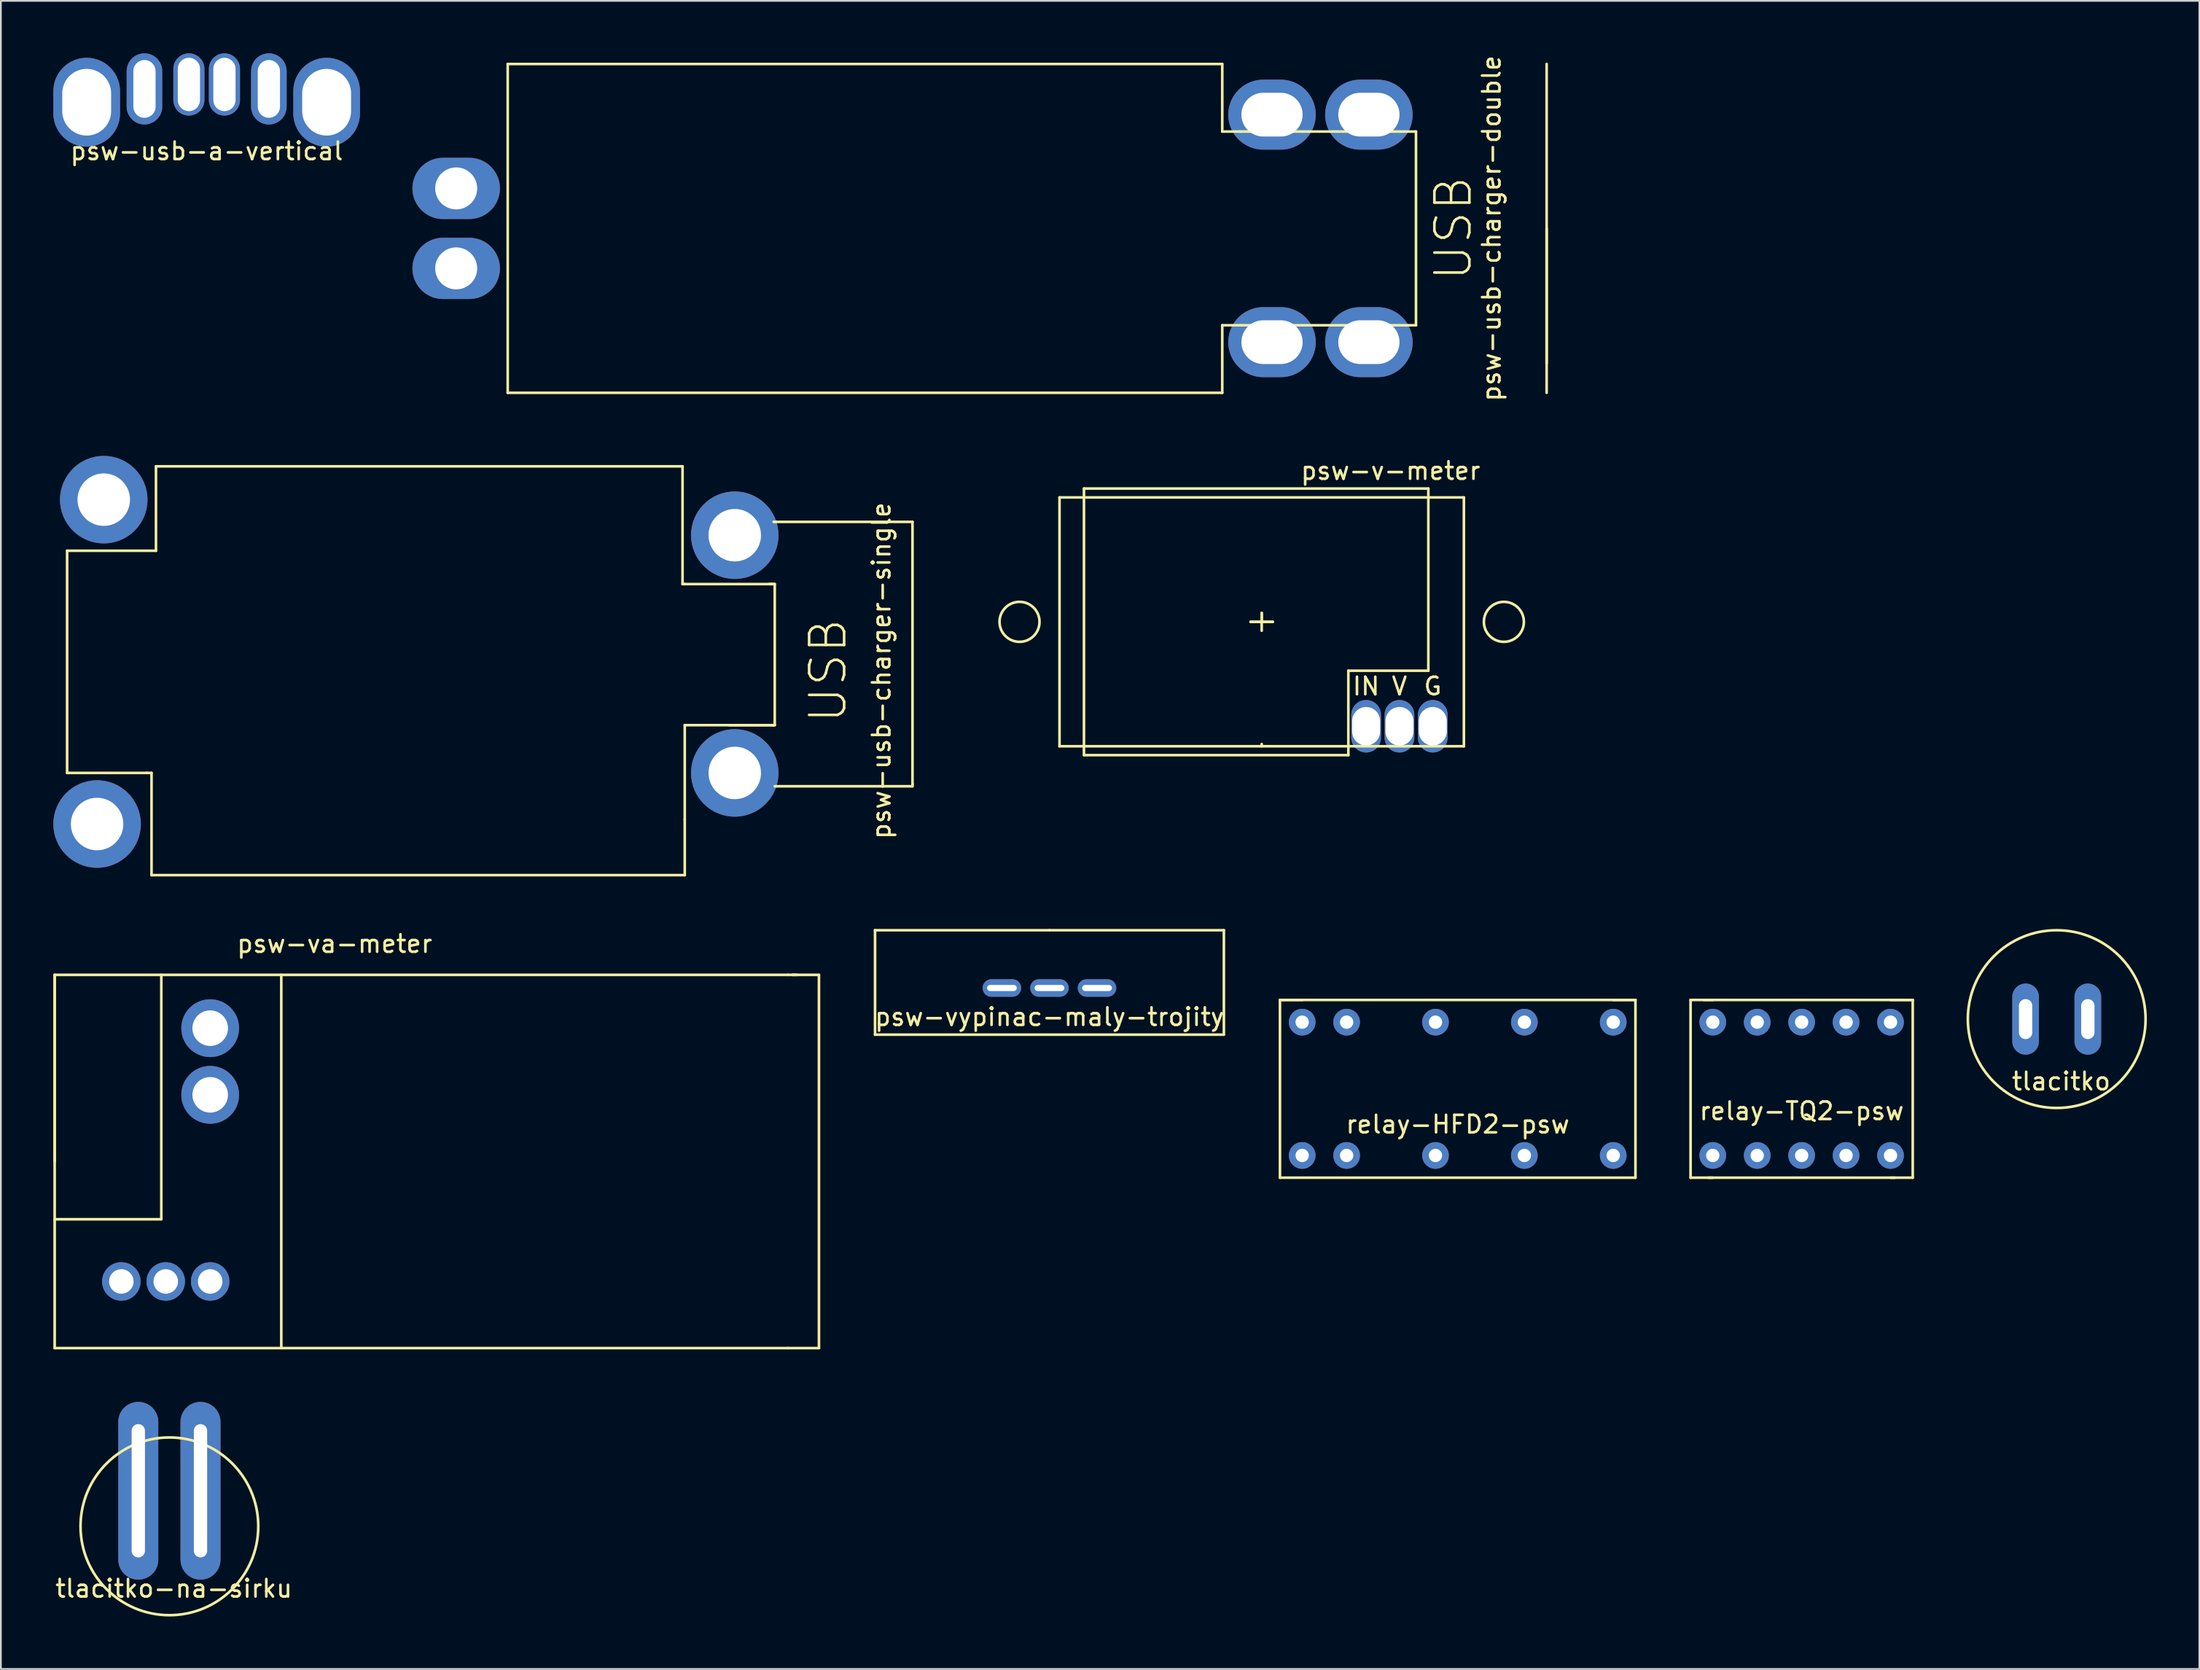
<source format=kicad_pcb>
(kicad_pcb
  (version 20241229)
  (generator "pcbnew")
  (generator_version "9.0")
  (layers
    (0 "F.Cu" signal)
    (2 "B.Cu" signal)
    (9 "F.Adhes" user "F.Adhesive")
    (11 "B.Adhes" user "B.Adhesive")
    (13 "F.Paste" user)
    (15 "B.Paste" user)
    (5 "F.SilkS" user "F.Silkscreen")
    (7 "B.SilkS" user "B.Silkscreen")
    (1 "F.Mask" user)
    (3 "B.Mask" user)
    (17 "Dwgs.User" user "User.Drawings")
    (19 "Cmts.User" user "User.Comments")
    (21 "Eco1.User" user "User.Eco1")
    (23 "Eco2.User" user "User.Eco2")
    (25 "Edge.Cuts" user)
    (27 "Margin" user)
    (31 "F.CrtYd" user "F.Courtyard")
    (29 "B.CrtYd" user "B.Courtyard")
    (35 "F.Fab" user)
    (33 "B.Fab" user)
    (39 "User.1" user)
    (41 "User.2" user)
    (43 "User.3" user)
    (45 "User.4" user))
  (footprint "psw-usb-charger-single"
    (layer "F.Cu")
    (at 24.916 35.291)
    (property "Reference" "psw-usb-charger-single" (at 22.416 0 90) (layer "F.SilkS") (effects (font (size 1 1) (thickness 0.15))))
    (attr through_hole)
    (fp_line (start -24.13 -6.858) (end -24.13 5.842) (stroke (width 0.15) (type solid)) (layer "F.SilkS"))
    (fp_line (start -24.13 -6.858) (end -19.05 -6.858) (stroke (width 0.15) (type solid)) (layer "F.SilkS"))
    (fp_line (start -24.13 5.842) (end -19.558 5.842) (stroke (width 0.15) (type solid)) (layer "F.SilkS"))
    (fp_line (start -19.558 5.842) (end -19.304 5.842) (stroke (width 0.15) (type solid)) (layer "F.SilkS"))
    (fp_line (start -19.304 5.842) (end -19.304 11.684) (stroke (width 0.15) (type solid)) (layer "F.SilkS"))
    (fp_line (start -19.304 11.684) (end 11.176 11.684) (stroke (width 0.15) (type solid)) (layer "F.SilkS"))
    (fp_line (start -19.05 -6.858) (end -19.05 -11.684) (stroke (width 0.15) (type solid)) (layer "F.SilkS"))
    (fp_line (start 11.049 -11.684) (end -19.05 -11.684) (stroke (width 0.15) (type solid)) (layer "F.SilkS"))
    (fp_line (start 11.049 -4.953) (end 11.049 -11.684) (stroke (width 0.15) (type solid)) (layer "F.SilkS"))
    (fp_line (start 11.176 -4.953) (end 11.049 -4.953) (stroke (width 0.15) (type solid)) (layer "F.SilkS"))
    (fp_line (start 11.176 3.111) (end 11.176 8.509) (stroke (width 0.15) (type solid)) (layer "F.SilkS"))
    (fp_line (start 11.176 8.509) (end 11.176 11.684) (stroke (width 0.15) (type solid)) (layer "F.SilkS"))
    (fp_line (start 13.716 3.111) (end 16.256 3.111) (stroke (width 0.15) (type solid)) (layer "F.SilkS"))
    (fp_line (start 16.256 -8.509) (end 16.383 -8.509) (stroke (width 0.15) (type solid)) (layer "F.SilkS"))
    (fp_line (start 16.256 -4.953) (end 11.176 -4.953) (stroke (width 0.15) (type solid)) (layer "F.SilkS"))
    (fp_line (start 16.256 3.111) (end 11.176 3.111) (stroke (width 0.15) (type solid)) (layer "F.SilkS"))
    (fp_line (start 16.32 -8.509) (end 24.194 -8.509) (stroke (width 0.15) (type solid)) (layer "F.SilkS"))
    (fp_line (start 16.32 -4.953) (end 16.002 -4.953) (stroke (width 0.15) (type solid)) (layer "F.SilkS"))
    (fp_line (start 16.32 3.111) (end 16.129 3.111) (stroke (width 0.15) (type solid)) (layer "F.SilkS"))
    (fp_line (start 16.32 3.111) (end 16.32 -4.953) (stroke (width 0.15) (type solid)) (layer "F.SilkS"))
    (fp_line (start 24.194 -8.509) (end 24.194 6.477) (stroke (width 0.15) (type solid)) (layer "F.SilkS"))
    (fp_line (start 24.194 6.477) (end 24.194 6.604) (stroke (width 0.15) (type solid)) (layer "F.SilkS"))
    (fp_line (start 24.194 6.604) (end 16.32 6.604) (stroke (width 0.15) (type solid)) (layer "F.SilkS"))
    (fp_text user "USB" (at 19.367 0 90) (layer "F.SilkS") (effects (font (size 2 2) (thickness 0.15))))
    (pad "1" thru_hole circle (at -22.416 8.763) (size 5 5) (drill 3) (layers "*.Cu" "*.Mask"))
    (pad "1" thru_hole circle (at 14.034 -7.747) (size 5 5) (drill 3) (layers "*.Cu" "*.Mask"))
    (pad "1" thru_hole circle (at 14.034 5.842) (size 5 5) (drill 3) (layers "*.Cu" "*.Mask"))
    (pad "2" thru_hole circle (at -22.035 -9.779) (size 5 5) (drill 3) (layers "*.Cu" "*.Mask")))
  (footprint "psw-va-meter"
    (layer "F.Cu")
    (at 21.919 63.344)
    (property "Reference" "psw-va-meter" (at -5.842 -12.446 0) (layer "F.SilkS") (effects (font (size 1 1) (thickness 0.15))))
    (attr through_hole)
    (fp_line (start -21.844 -10.668) (end -21.844 10.668) (stroke (width 0.15) (type solid)) (layer "F.SilkS"))
    (fp_line (start -21.844 0) (end -21.844 -10.668) (stroke (width 0.15) (type solid)) (layer "F.SilkS"))
    (fp_line (start -21.844 10.668) (end 20.066 10.668) (stroke (width 0.15) (type solid)) (layer "F.SilkS"))
    (fp_line (start -15.748 -10.668) (end -15.748 3.302) (stroke (width 0.15) (type solid)) (layer "F.SilkS"))
    (fp_line (start -15.748 3.302) (end -21.844 3.302) (stroke (width 0.15) (type solid)) (layer "F.SilkS"))
    (fp_line (start -8.89 -10.668) (end -8.89 10.668) (stroke (width 0.15) (type solid)) (layer "F.SilkS"))
    (fp_line (start 20.066 -10.668) (end -21.844 -10.668) (stroke (width 0.15) (type solid)) (layer "F.SilkS"))
    (fp_line (start 20.066 -10.668) (end 20.574 -10.668) (stroke (width 0.15) (type solid)) (layer "F.SilkS"))
    (fp_line (start 20.066 10.668) (end 21.844 10.668) (stroke (width 0.15) (type solid)) (layer "F.SilkS"))
    (fp_line (start 20.32 -10.668) (end 21.844 -10.668) (stroke (width 0.15) (type solid)) (layer "F.SilkS"))
    (fp_line (start 21.844 10.668) (end 21.844 -10.668) (stroke (width 0.15) (type solid)) (layer "F.SilkS"))
    (pad "1" thru_hole circle (at -18.034 6.858) (size 2.2 2.2) (drill 1.4) (layers "*.Cu" "*.Mask"))
    (pad "2" thru_hole circle (at -15.494 6.858) (size 2.2 2.2) (drill 1.4) (layers "*.Cu" "*.Mask"))
    (pad "3" thru_hole circle (at -12.954 6.858) (size 2.2 2.2) (drill 1.4) (layers "*.Cu" "*.Mask"))
    (pad "4" thru_hole circle (at -12.954 -7.62) (size 3.302 3.302) (drill 2.032) (layers "*.Cu" "*.Mask"))
    (pad "5" thru_hole circle (at -12.954 -3.81) (size 3.302 3.302) (drill 2.032) (layers "*.Cu" "*.Mask")))
  (footprint "relay-TQ2-psw"
    (layer "F.Cu")
    (at 99.935 50.3)
    (property "Reference" "relay-TQ2-psw" (at 0 10.16 0) (layer "F.SilkS") (effects (font (size 1 1) (thickness 0.15))))
    (attr through_hole)
    (fp_line (start -6.35 13.97) (end -6.35 3.81) (stroke (width 0.15) (type solid)) (layer "F.SilkS"))
    (fp_line (start -5.334 13.97) (end 5.334 13.97) (stroke (width 0.15) (type solid)) (layer "F.SilkS"))
    (fp_line (start -5.08 3.81) (end -6.35 3.81) (stroke (width 0.15) (type solid)) (layer "F.SilkS"))
    (fp_line (start -5.08 13.97) (end -6.35 13.97) (stroke (width 0.15) (type solid)) (layer "F.SilkS"))
    (fp_line (start 5.08 3.81) (end 6.35 3.81) (stroke (width 0.15) (type solid)) (layer "F.SilkS"))
    (fp_line (start 5.08 13.97) (end 6.35 13.97) (stroke (width 0.15) (type solid)) (layer "F.SilkS"))
    (fp_line (start 6.35 3.81) (end -5.588 3.81) (stroke (width 0.15) (type solid)) (layer "F.SilkS"))
    (fp_line (start 6.35 13.97) (end 6.35 3.81) (stroke (width 0.15) (type solid)) (layer "F.SilkS"))
    (pad "1" thru_hole circle (at -5.08 5.08) (size 1.524 1.524) (drill 0.762) (layers "*.Cu" "*.Mask"))
    (pad "2" thru_hole circle (at -2.54 5.08) (size 1.524 1.524) (drill 0.762) (layers "*.Cu" "*.Mask"))
    (pad "3" thru_hole circle (at 0 5.08) (size 1.524 1.524) (drill 0.762) (layers "*.Cu" "*.Mask"))
    (pad "4" thru_hole circle (at 2.54 5.08) (size 1.524 1.524) (drill 0.762) (layers "*.Cu" "*.Mask"))
    (pad "5" thru_hole circle (at 5.08 5.08) (size 1.524 1.524) (drill 0.762) (layers "*.Cu" "*.Mask"))
    (pad "6" thru_hole circle (at -5.08 12.7) (size 1.524 1.524) (drill 0.762) (layers "*.Cu" "*.Mask"))
    (pad "7" thru_hole circle (at -2.54 12.7) (size 1.524 1.524) (drill 0.762) (layers "*.Cu" "*.Mask"))
    (pad "8" thru_hole circle (at 0 12.7) (size 1.524 1.524) (drill 0.762) (layers "*.Cu" "*.Mask"))
    (pad "9" thru_hole circle (at 2.54 12.7) (size 1.524 1.524) (drill 0.762) (layers "*.Cu" "*.Mask"))
    (pad "10" thru_hole circle (at 5.08 12.7) (size 1.524 1.524) (drill 0.762) (layers "*.Cu" "*.Mask")))
  (footprint "psw-vypinac-maly-trojity"
    (layer "F.Cu")
    (at 56.939 53.427)
    (property "Reference" "psw-vypinac-maly-trojity" (at 0 1.651 0) (layer "F.SilkS") (effects (font (size 1 1) (thickness 0.15))))
    (attr through_hole)
    (fp_line (start -9.97 -3.302) (end -9.97 2.667) (stroke (width 0.15) (type solid)) (layer "F.SilkS"))
    (fp_line (start -9.97 2.667) (end 9.97 2.667) (stroke (width 0.15) (type solid)) (layer "F.SilkS"))
    (fp_line (start 0 -3.302) (end -9.97 -3.302) (stroke (width 0.15) (type solid)) (layer "F.SilkS"))
    (fp_line (start 0 -3.302) (end 9.97 -3.302) (stroke (width 0.15) (type solid)) (layer "F.SilkS"))
    (fp_line (start 9.97 2.667) (end 9.97 -3.302) (stroke (width 0.15) (type solid)) (layer "F.SilkS"))
    (pad "1" thru_hole oval (at -2.718 0 90) (size 1 2.2) (drill oval 0.35 1.7) (layers "*.Cu" "*.Mask"))
    (pad "2" thru_hole oval (at 0 0 90) (size 1 2.2) (drill oval 0.35 1.7) (layers "*.Cu" "*.Mask"))
    (pad "3" thru_hole oval (at 2.718 0 90) (size 1 2.2) (drill oval 0.35 1.7) (layers "*.Cu" "*.Mask")))
  (footprint "psw-v-meter"
    (layer "F.Cu")
    (at 52.434 24.876)
    (property "Reference" "psw-v-meter" (at 24.003 -1.016 0) (layer "F.SilkS") (effects (font (size 1 1) (thickness 0.15))))
    (attr through_hole)
    (fp_line (start 5.08 0.508) (end 28.194 0.508) (stroke (width 0.15) (type solid)) (layer "F.SilkS"))
    (fp_line (start 5.08 14.732) (end 5.08 0.508) (stroke (width 0.15) (type solid)) (layer "F.SilkS"))
    (fp_line (start 6.477 0) (end 6.477 15.24) (stroke (width 0.15) (type solid)) (layer "F.SilkS"))
    (fp_line (start 6.477 0) (end 26.162 0) (stroke (width 0.15) (type solid)) (layer "F.SilkS"))
    (fp_line (start 6.477 15.24) (end 21.59 15.24) (stroke (width 0.15) (type solid)) (layer "F.SilkS"))
    (fp_line (start 16.002 7.62) (end 16.637 7.62) (stroke (width 0.15) (type solid)) (layer "F.SilkS"))
    (fp_line (start 16.637 7.112) (end 16.637 7.62) (stroke (width 0.15) (type solid)) (layer "F.SilkS"))
    (fp_line (start 16.637 7.62) (end 16.002 7.62) (stroke (width 0.15) (type solid)) (layer "F.SilkS"))
    (fp_line (start 16.637 7.62) (end 16.637 7.112) (stroke (width 0.15) (type solid)) (layer "F.SilkS"))
    (fp_line (start 16.637 7.62) (end 16.637 8.128) (stroke (width 0.15) (type solid)) (layer "F.SilkS"))
    (fp_line (start 16.637 7.62) (end 17.272 7.62) (stroke (width 0.15) (type solid)) (layer "F.SilkS"))
    (fp_line (start 16.637 14.605) (end 16.637 14.732) (stroke (width 0.15) (type solid)) (layer "F.SilkS"))
    (fp_line (start 17.272 7.62) (end 16.637 7.62) (stroke (width 0.15) (type solid)) (layer "F.SilkS"))
    (fp_line (start 21.59 15.24) (end 21.59 10.414) (stroke (width 0.15) (type solid)) (layer "F.SilkS"))
    (fp_line (start 26.162 0) (end 26.162 10.414) (stroke (width 0.15) (type solid)) (layer "F.SilkS"))
    (fp_line (start 26.162 10.414) (end 21.59 10.414) (stroke (width 0.15) (type solid)) (layer "F.SilkS"))
    (fp_line (start 28.194 0.508) (end 28.194 14.732) (stroke (width 0.15) (type solid)) (layer "F.SilkS"))
    (fp_line (start 28.194 14.732) (end 5.08 14.732) (stroke (width 0.15) (type solid)) (layer "F.SilkS"))
    (fp_circle (center 2.794 7.62) (end 2.794 8.763) (stroke (width 0.15) (type solid)) (fill no) (layer "F.SilkS"))
    (fp_circle (center 30.48 7.62) (end 30.48 8.763) (stroke (width 0.15) (type solid)) (fill no) (layer "F.SilkS"))
    (fp_text user "V" (at 24.511 11.303 0) (layer "F.SilkS") (effects (font (size 1 1) (thickness 0.15))))
    (fp_text user "IN" (at 22.606 11.303 0) (layer "F.SilkS") (effects (font (size 1 1) (thickness 0.15))))
    (fp_text user "G" (at 26.416 11.303 0) (layer "F.SilkS") (effects (font (size 1 1) (thickness 0.15))))
    (pad "1" thru_hole oval (at 26.416 13.589) (size 1.7 3) (drill oval 1.6 2.2) (layers "*.Cu" "*.Mask"))
    (pad "2" thru_hole oval (at 24.511 13.589) (size 1.7 3) (drill oval 1.6 2.2) (layers "*.Cu" "*.Mask"))
    (pad "3" thru_hole oval (at 22.606 13.589) (size 1.7 3) (drill oval 1.6 2.2) (layers "*.Cu" "*.Mask")))
  (footprint "tlacitko-na-sirku"
    (layer "F.Cu")
    (at 8.411 80.643)
    (property "Reference" "tlacitko-na-sirku" (at -1.524 7.112 0) (layer "F.SilkS") (effects (font (size 1 1) (thickness 0.15))))
    (attr through_hole)
    (fp_circle (center -1.778 3.556) (end -1.778 8.636) (stroke (width 0.15) (type solid)) (fill no) (layer "F.SilkS"))
    (pad "1" thru_hole oval (at -3.556 1.524) (size 2.286 10.16) (drill oval 0.762 7.62) (layers "*.Cu" "*.Mask"))
    (pad "2" thru_hole oval (at 0 1.524) (size 2.286 10.16) (drill oval 0.762 7.62) (layers "*.Cu" "*.Mask")))
  (footprint "tlacitko"
    (layer "F.Cu")
    (at 116.293 51.649)
    (property "Reference" "tlacitko" (at -1.524 7.112 0) (layer "F.SilkS") (effects (font (size 1 1) (thickness 0.15))))
    (attr through_hole)
    (fp_circle (center -1.778 3.556) (end -1.778 8.636) (stroke (width 0.15) (type solid)) (fill no) (layer "F.SilkS"))
    (pad "1" thru_hole oval (at -3.556 3.556) (size 1.524 4.064) (drill oval 0.762 2.286) (layers "*.Cu" "*.Mask"))
    (pad "2" thru_hole oval (at 0 3.556) (size 1.524 4.064) (drill oval 0.762 2.286) (layers "*.Cu" "*.Mask")))
  (footprint "relay-HFD2-psw"
    (layer "F.Cu")
    (at 79.005 50.3)
    (property "Reference" "relay-HFD2-psw" (at 1.27 10.922 0) (layer "F.SilkS") (effects (font (size 1 1) (thickness 0.15))))
    (attr through_hole)
    (fp_line (start -8.89 3.81) (end -8.89 13.97) (stroke (width 0.15) (type solid)) (layer "F.SilkS"))
    (fp_line (start -8.89 13.97) (end 11.43 13.97) (stroke (width 0.15) (type solid)) (layer "F.SilkS"))
    (fp_line (start -7.62 3.81) (end -8.89 3.81) (stroke (width 0.15) (type solid)) (layer "F.SilkS"))
    (fp_line (start 10.16 3.81) (end 11.43 3.81) (stroke (width 0.15) (type solid)) (layer "F.SilkS"))
    (fp_line (start 11.43 3.81) (end -8.89 3.81) (stroke (width 0.15) (type solid)) (layer "F.SilkS"))
    (fp_line (start 11.43 13.97) (end 11.43 3.81) (stroke (width 0.15) (type solid)) (layer "F.SilkS"))
    (pad "1" thru_hole circle (at -7.62 5.08) (size 1.524 1.524) (drill 0.762) (layers "*.Cu" "*.Mask"))
    (pad "2" thru_hole circle (at -5.08 5.08) (size 1.524 1.524) (drill 0.762) (layers "*.Cu" "*.Mask"))
    (pad "3" thru_hole circle (at 0 5.08) (size 1.524 1.524) (drill 0.762) (layers "*.Cu" "*.Mask"))
    (pad "4" thru_hole circle (at 5.08 5.08) (size 1.524 1.524) (drill 0.762) (layers "*.Cu" "*.Mask"))
    (pad "5" thru_hole circle (at 10.16 5.08) (size 1.524 1.524) (drill 0.762) (layers "*.Cu" "*.Mask"))
    (pad "6" thru_hole circle (at -7.62 12.7) (size 1.524 1.524) (drill 0.762) (layers "*.Cu" "*.Mask"))
    (pad "7" thru_hole circle (at -5.08 12.7) (size 1.524 1.524) (drill 0.762) (layers "*.Cu" "*.Mask"))
    (pad "8" thru_hole circle (at 0 12.7) (size 1.524 1.524) (drill 0.762) (layers "*.Cu" "*.Mask"))
    (pad "9" thru_hole circle (at 5.08 12.7) (size 1.524 1.524) (drill 0.762) (layers "*.Cu" "*.Mask"))
    (pad "10" thru_hole circle (at 10.16 12.7) (size 1.524 1.524) (drill 0.762) (layers "*.Cu" "*.Mask")))
  (footprint "psw-usb-charger-double"
    (layer "F.Cu")
    (at 49.188 10.006)
    (property "Reference" "psw-usb-charger-double" (at 33.02 0 90) (layer "F.SilkS") (effects (font (size 1 1) (thickness 0.15))))
    (attr through_hole)
    (fp_line (start -23.216 9.398) (end -23.216 -9.398) (stroke (width 0.15) (type solid)) (layer "F.SilkS"))
    (fp_line (start 17.628 -9.398) (end -23.216 -9.398) (stroke (width 0.15) (type solid)) (layer "F.SilkS"))
    (fp_line (start 17.628 -5.537) (end 17.628 -9.398) (stroke (width 0.15) (type solid)) (layer "F.SilkS"))
    (fp_line (start 17.628 5.537) (end 17.628 9.398) (stroke (width 0.15) (type solid)) (layer "F.SilkS"))
    (fp_line (start 17.628 9.398) (end -23.216 9.398) (stroke (width 0.15) (type solid)) (layer "F.SilkS"))
    (fp_line (start 18.644 -5.537) (end 17.628 -5.537) (stroke (width 0.15) (type solid)) (layer "F.SilkS"))
    (fp_line (start 18.694 5.537) (end 17.628 5.537) (stroke (width 0.15) (type solid)) (layer "F.SilkS"))
    (fp_line (start 28.702 -5.537) (end 18.644 -5.537) (stroke (width 0.15) (type solid)) (layer "F.SilkS"))
    (fp_line (start 28.702 5.537) (end 18.694 5.537) (stroke (width 0.15) (type solid)) (layer "F.SilkS"))
    (fp_line (start 28.702 5.537) (end 28.702 -5.537) (stroke (width 0.15) (type solid)) (layer "F.SilkS"))
    (fp_line (start 36.17 7.722) (end 36.17 0) (stroke (width 0.15) (type solid)) (layer "F.SilkS"))
    (fp_line (start 36.17 9.398) (end 36.17 -9.398) (stroke (width 0.15) (type solid)) (layer "F.SilkS"))
    (fp_text user "USB" (at 30.836 0 90) (layer "F.SilkS") (effects (font (size 2 2) (thickness 0.15))))
    (pad "1" thru_hole oval (at -26.162 2.286) (size 5 3.5) (drill 2.4) (layers "*.Cu" "*.Mask"))
    (pad "2" thru_hole oval (at -26.162 -2.286) (size 5 3.5) (drill 2.4) (layers "*.Cu" "*.Mask"))
    (pad "3" thru_hole oval (at 20.472 -6.502) (size 5 4) (drill oval 3.5 2.5) (layers "*.Cu" "*.Mask"))
    (pad "3" thru_hole oval (at 20.472 6.502) (size 5 4) (drill oval 3.5 2.5) (layers "*.Cu" "*.Mask"))
    (pad "3" thru_hole oval (at 26.01 -6.502) (size 5 4) (drill oval 3.5 2.5) (layers "*.Cu" "*.Mask"))
    (pad "3" thru_hole oval (at 26.01 6.502) (size 5 4) (drill oval 3.5 2.5) (layers "*.Cu" "*.Mask")))
  (footprint "psw-usb-a-vertical"
    (layer "F.Cu")
    (at 5.207 2.794)
    (property "Reference" "psw-usb-a-vertical" (at 3.556 2.794 0) (layer "F.SilkS") (effects (font (size 1 1) (thickness 0.15))))
    (attr through_hole)
    (pad "1" thru_hole oval (at 0 -0.762) (size 2.032 4.064) (drill oval 1.27 3.302) (layers "*.Cu" "*.Mask"))
    (pad "2" thru_hole oval (at 2.54 -1.016) (size 1.778 3.556) (drill oval 1.27 3.048) (layers "*.Cu" "*.Mask"))
    (pad "3" thru_hole oval (at 4.572 -1.016) (size 1.778 3.556) (drill oval 1.27 3.048) (layers "*.Cu" "*.Mask"))
    (pad "4" thru_hole oval (at 7.112 -0.762) (size 2.032 4.064) (drill oval 1.27 3.302) (layers "*.Cu" "*.Mask"))
    (pad "5" thru_hole oval (at -3.302 0) (size 3.81 5.08) (drill oval 2.794 3.81) (layers "*.Cu" "*.Mask"))
    (pad "5" thru_hole oval (at 10.414 0) (size 3.81 5.08) (drill oval 2.794 3.81) (layers "*.Cu" "*.Mask")))
  (gr_rect
    (start -3 -3)
    (end 122.67 92.354)
    (stroke (width 0.1) (type default))
    (fill no)
    (layer "Edge.Cuts")))
</source>
